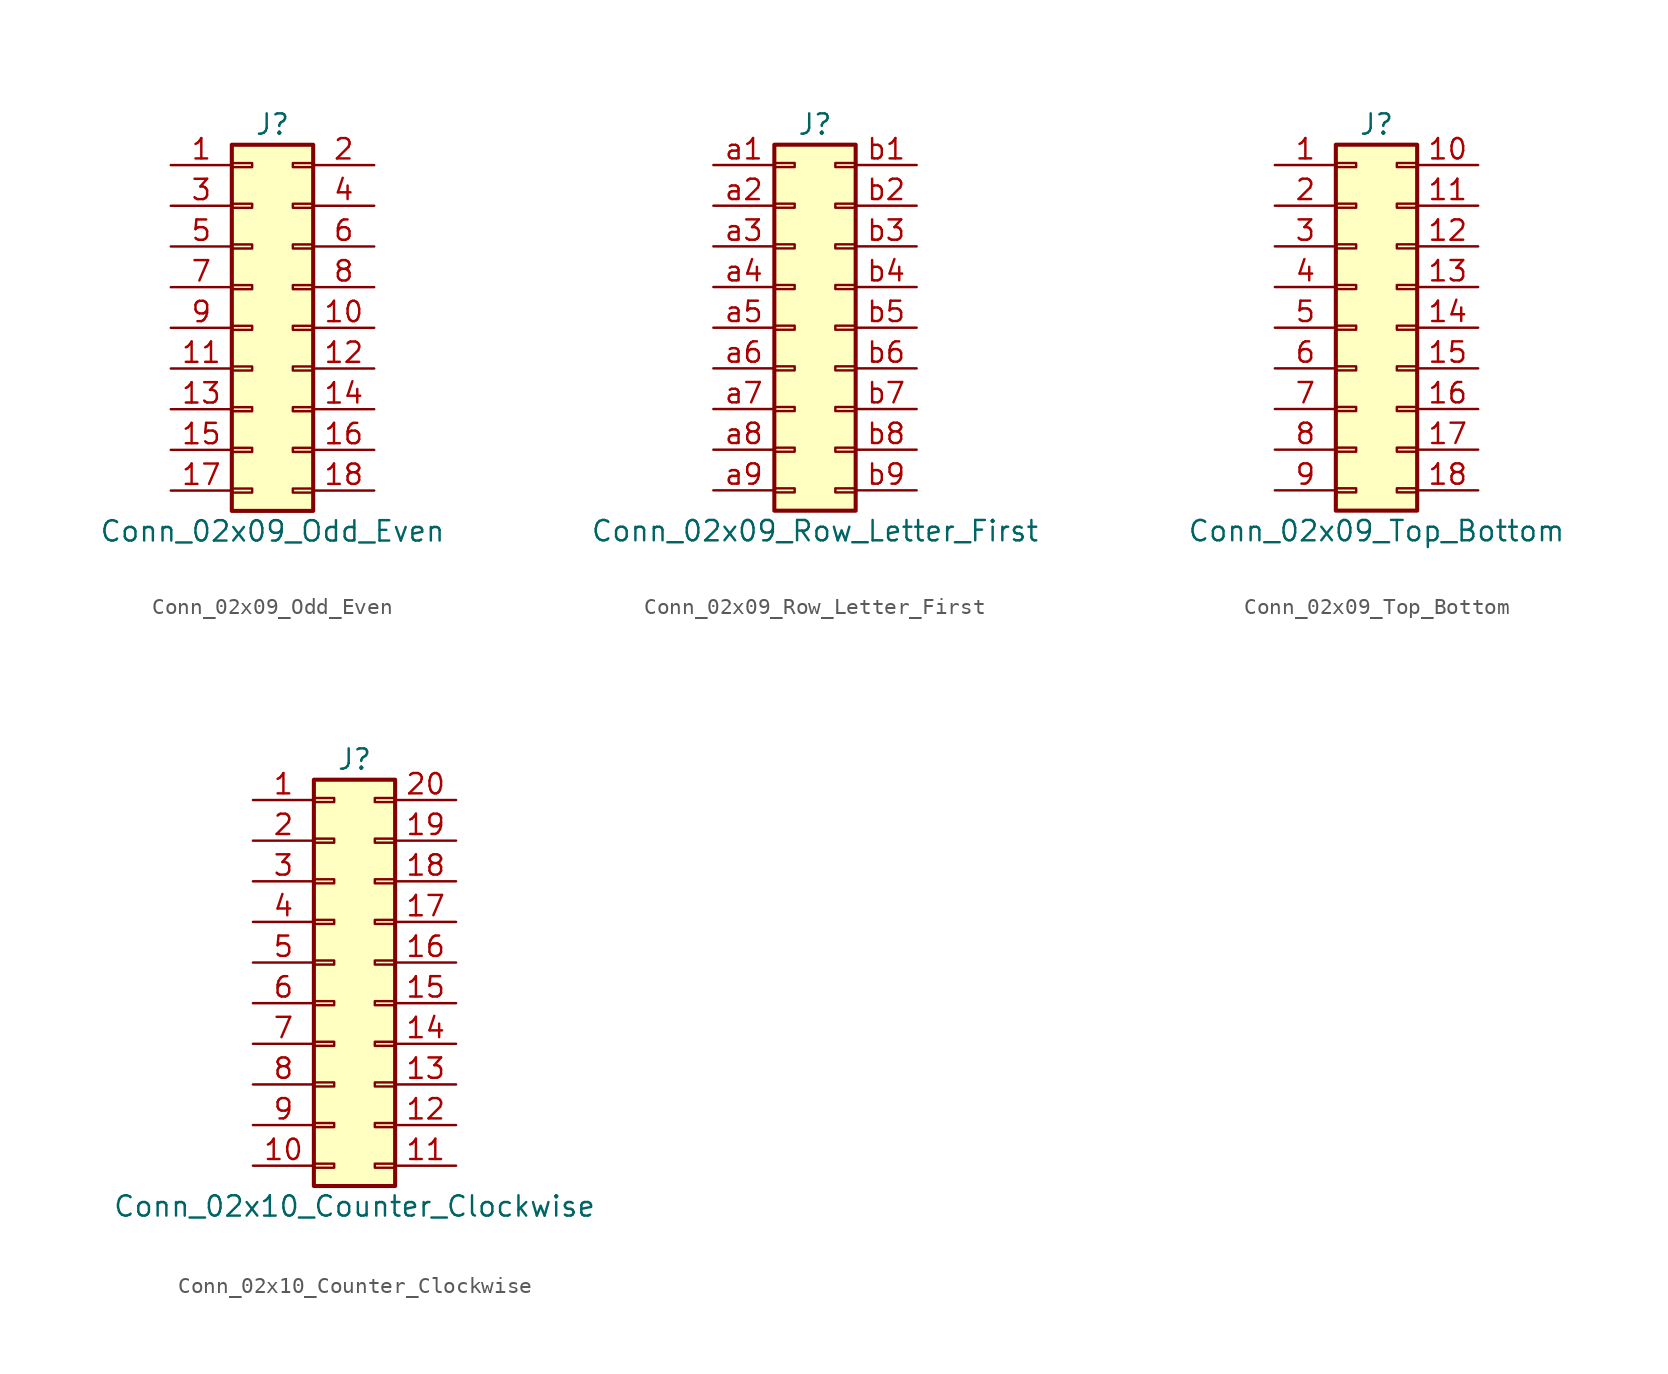
<source format=kicad_sym>
(kicad_symbol_lib
  (version 20201005)
  (generator kicad_symbol_editor)
  (symbol "Connector_Generic:Conn_02x09_Odd_Even"
    (pin_names
      (offset 1.016) hide)
    (property "Reference" "J"
      (at 1.27 12.7 0)
      (effects (font (size 1.27 1.27))))
    (property "Value" "Conn_02x09_Odd_Even"
      (at 1.27 -12.7 0)
      (effects (font (size 1.27 1.27))))
    (symbol "Conn_02x09_Odd_Even_1_1"
      (rectangle (start -1.27 -4.953) (end 0 -5.207) (stroke (width 0.152)) (fill (type none)))
      (rectangle (start -1.27 -7.493) (end 0 -7.747) (stroke (width 0.152)) (fill (type none)))
      (rectangle (start -1.27 -10.033) (end 0 -10.287) (stroke (width 0.152)) (fill (type none)))
      (rectangle (start -1.27 -2.413) (end 0 -2.667) (stroke (width 0.152)) (fill (type none)))
      (rectangle (start -1.27 2.667) (end 0 2.413) (stroke (width 0.152)) (fill (type none)))
      (rectangle (start -1.27 5.207) (end 0 4.953) (stroke (width 0.152)) (fill (type none)))
      (rectangle (start -1.27 7.747) (end 0 7.493) (stroke (width 0.152)) (fill (type none)))
      (rectangle (start -1.27 10.287) (end 0 10.033) (stroke (width 0.152)) (fill (type none)))
      (rectangle (start -1.27 11.43) (end 3.81 -11.43) (stroke (width 0.254)) (fill (type background)))
      (rectangle (start -1.27 0.127) (end 0 -0.127) (stroke (width 0.152)) (fill (type none)))
      (rectangle (start 3.81 -4.953) (end 2.54 -5.207) (stroke (width 0.152)) (fill (type none)))
      (rectangle (start 3.81 -7.493) (end 2.54 -7.747) (stroke (width 0.152)) (fill (type none)))
      (rectangle (start 3.81 -10.033) (end 2.54 -10.287) (stroke (width 0.152)) (fill (type none)))
      (rectangle (start 3.81 -2.413) (end 2.54 -2.667) (stroke (width 0.152)) (fill (type none)))
      (rectangle (start 3.81 2.667) (end 2.54 2.413) (stroke (width 0.152)) (fill (type none)))
      (rectangle (start 3.81 5.207) (end 2.54 4.953) (stroke (width 0.152)) (fill (type none)))
      (rectangle (start 3.81 7.747) (end 2.54 7.493) (stroke (width 0.152)) (fill (type none)))
      (rectangle (start 3.81 10.287) (end 2.54 10.033) (stroke (width 0.152)) (fill (type none)))
      (rectangle (start 3.81 0.127) (end 2.54 -0.127) (stroke (width 0.152)) (fill (type none)))
      (pin passive line (at -5.08 10.16 0) (length 3.81) (name "Pin_1" (effects (font (size 1.27 1.27)))) (number "1" (effects (font (size 1.27 1.27)))))
      (pin passive line (at 7.62 0 180) (length 3.81) (name "Pin_10" (effects (font (size 1.27 1.27)))) (number "10" (effects (font (size 1.27 1.27)))))
      (pin passive line (at -5.08 -2.54 0) (length 3.81) (name "Pin_11" (effects (font (size 1.27 1.27)))) (number "11" (effects (font (size 1.27 1.27)))))
      (pin passive line (at 7.62 -2.54 180) (length 3.81) (name "Pin_12" (effects (font (size 1.27 1.27)))) (number "12" (effects (font (size 1.27 1.27)))))
      (pin passive line (at -5.08 -5.08 0) (length 3.81) (name "Pin_13" (effects (font (size 1.27 1.27)))) (number "13" (effects (font (size 1.27 1.27)))))
      (pin passive line (at 7.62 -5.08 180) (length 3.81) (name "Pin_14" (effects (font (size 1.27 1.27)))) (number "14" (effects (font (size 1.27 1.27)))))
      (pin passive line (at -5.08 -7.62 0) (length 3.81) (name "Pin_15" (effects (font (size 1.27 1.27)))) (number "15" (effects (font (size 1.27 1.27)))))
      (pin passive line (at 7.62 -7.62 180) (length 3.81) (name "Pin_16" (effects (font (size 1.27 1.27)))) (number "16" (effects (font (size 1.27 1.27)))))
      (pin passive line (at -5.08 -10.16 0) (length 3.81) (name "Pin_17" (effects (font (size 1.27 1.27)))) (number "17" (effects (font (size 1.27 1.27)))))
      (pin passive line (at 7.62 -10.16 180) (length 3.81) (name "Pin_18" (effects (font (size 1.27 1.27)))) (number "18" (effects (font (size 1.27 1.27)))))
      (pin passive line (at 7.62 10.16 180) (length 3.81) (name "Pin_2" (effects (font (size 1.27 1.27)))) (number "2" (effects (font (size 1.27 1.27)))))
      (pin passive line (at -5.08 7.62 0) (length 3.81) (name "Pin_3" (effects (font (size 1.27 1.27)))) (number "3" (effects (font (size 1.27 1.27)))))
      (pin passive line (at 7.62 7.62 180) (length 3.81) (name "Pin_4" (effects (font (size 1.27 1.27)))) (number "4" (effects (font (size 1.27 1.27)))))
      (pin passive line (at -5.08 5.08 0) (length 3.81) (name "Pin_5" (effects (font (size 1.27 1.27)))) (number "5" (effects (font (size 1.27 1.27)))))
      (pin passive line (at 7.62 5.08 180) (length 3.81) (name "Pin_6" (effects (font (size 1.27 1.27)))) (number "6" (effects (font (size 1.27 1.27)))))
      (pin passive line (at -5.08 2.54 0) (length 3.81) (name "Pin_7" (effects (font (size 1.27 1.27)))) (number "7" (effects (font (size 1.27 1.27)))))
      (pin passive line (at 7.62 2.54 180) (length 3.81) (name "Pin_8" (effects (font (size 1.27 1.27)))) (number "8" (effects (font (size 1.27 1.27)))))
      (pin passive line (at -5.08 0 0) (length 3.81) (name "Pin_9" (effects (font (size 1.27 1.27)))) (number "9" (effects (font (size 1.27 1.27)))))))
  (symbol "Connector_Generic:Conn_02x09_Row_Letter_First"
    (pin_names
      (offset 1.016) hide)
    (property "Reference" "J"
      (at 1.27 12.7 0)
      (effects (font (size 1.27 1.27))))
    (property "Value" "Conn_02x09_Row_Letter_First"
      (at 1.27 -12.7 0)
      (effects (font (size 1.27 1.27))))
    (symbol "Conn_02x09_Row_Letter_First_1_1"
      (rectangle (start -1.27 -4.953) (end 0 -5.207) (stroke (width 0.152)) (fill (type none)))
      (rectangle (start -1.27 -7.493) (end 0 -7.747) (stroke (width 0.152)) (fill (type none)))
      (rectangle (start -1.27 -10.033) (end 0 -10.287) (stroke (width 0.152)) (fill (type none)))
      (rectangle (start -1.27 -2.413) (end 0 -2.667) (stroke (width 0.152)) (fill (type none)))
      (rectangle (start -1.27 2.667) (end 0 2.413) (stroke (width 0.152)) (fill (type none)))
      (rectangle (start -1.27 5.207) (end 0 4.953) (stroke (width 0.152)) (fill (type none)))
      (rectangle (start -1.27 7.747) (end 0 7.493) (stroke (width 0.152)) (fill (type none)))
      (rectangle (start -1.27 10.287) (end 0 10.033) (stroke (width 0.152)) (fill (type none)))
      (rectangle (start -1.27 11.43) (end 3.81 -11.43) (stroke (width 0.254)) (fill (type background)))
      (rectangle (start -1.27 0.127) (end 0 -0.127) (stroke (width 0.152)) (fill (type none)))
      (rectangle (start 3.81 -4.953) (end 2.54 -5.207) (stroke (width 0.152)) (fill (type none)))
      (rectangle (start 3.81 -7.493) (end 2.54 -7.747) (stroke (width 0.152)) (fill (type none)))
      (rectangle (start 3.81 -10.033) (end 2.54 -10.287) (stroke (width 0.152)) (fill (type none)))
      (rectangle (start 3.81 -2.413) (end 2.54 -2.667) (stroke (width 0.152)) (fill (type none)))
      (rectangle (start 3.81 2.667) (end 2.54 2.413) (stroke (width 0.152)) (fill (type none)))
      (rectangle (start 3.81 5.207) (end 2.54 4.953) (stroke (width 0.152)) (fill (type none)))
      (rectangle (start 3.81 7.747) (end 2.54 7.493) (stroke (width 0.152)) (fill (type none)))
      (rectangle (start 3.81 10.287) (end 2.54 10.033) (stroke (width 0.152)) (fill (type none)))
      (rectangle (start 3.81 0.127) (end 2.54 -0.127) (stroke (width 0.152)) (fill (type none)))
      (pin passive line (at -5.08 10.16 0) (length 3.81) (name "Pin_a1" (effects (font (size 1.27 1.27)))) (number "a1" (effects (font (size 1.27 1.27)))))
      (pin passive line (at -5.08 7.62 0) (length 3.81) (name "Pin_a2" (effects (font (size 1.27 1.27)))) (number "a2" (effects (font (size 1.27 1.27)))))
      (pin passive line (at -5.08 5.08 0) (length 3.81) (name "Pin_a3" (effects (font (size 1.27 1.27)))) (number "a3" (effects (font (size 1.27 1.27)))))
      (pin passive line (at -5.08 2.54 0) (length 3.81) (name "Pin_a4" (effects (font (size 1.27 1.27)))) (number "a4" (effects (font (size 1.27 1.27)))))
      (pin passive line (at -5.08 0 0) (length 3.81) (name "Pin_a5" (effects (font (size 1.27 1.27)))) (number "a5" (effects (font (size 1.27 1.27)))))
      (pin passive line (at -5.08 -2.54 0) (length 3.81) (name "Pin_a6" (effects (font (size 1.27 1.27)))) (number "a6" (effects (font (size 1.27 1.27)))))
      (pin passive line (at -5.08 -5.08 0) (length 3.81) (name "Pin_a7" (effects (font (size 1.27 1.27)))) (number "a7" (effects (font (size 1.27 1.27)))))
      (pin passive line (at -5.08 -7.62 0) (length 3.81) (name "Pin_a8" (effects (font (size 1.27 1.27)))) (number "a8" (effects (font (size 1.27 1.27)))))
      (pin passive line (at -5.08 -10.16 0) (length 3.81) (name "Pin_a9" (effects (font (size 1.27 1.27)))) (number "a9" (effects (font (size 1.27 1.27)))))
      (pin passive line (at 7.62 10.16 180) (length 3.81) (name "Pin_b1" (effects (font (size 1.27 1.27)))) (number "b1" (effects (font (size 1.27 1.27)))))
      (pin passive line (at 7.62 7.62 180) (length 3.81) (name "Pin_b2" (effects (font (size 1.27 1.27)))) (number "b2" (effects (font (size 1.27 1.27)))))
      (pin passive line (at 7.62 5.08 180) (length 3.81) (name "Pin_b3" (effects (font (size 1.27 1.27)))) (number "b3" (effects (font (size 1.27 1.27)))))
      (pin passive line (at 7.62 2.54 180) (length 3.81) (name "Pin_b4" (effects (font (size 1.27 1.27)))) (number "b4" (effects (font (size 1.27 1.27)))))
      (pin passive line (at 7.62 0 180) (length 3.81) (name "Pin_b5" (effects (font (size 1.27 1.27)))) (number "b5" (effects (font (size 1.27 1.27)))))
      (pin passive line (at 7.62 -2.54 180) (length 3.81) (name "Pin_b6" (effects (font (size 1.27 1.27)))) (number "b6" (effects (font (size 1.27 1.27)))))
      (pin passive line (at 7.62 -5.08 180) (length 3.81) (name "Pin_b7" (effects (font (size 1.27 1.27)))) (number "b7" (effects (font (size 1.27 1.27)))))
      (pin passive line (at 7.62 -7.62 180) (length 3.81) (name "Pin_b8" (effects (font (size 1.27 1.27)))) (number "b8" (effects (font (size 1.27 1.27)))))
      (pin passive line (at 7.62 -10.16 180) (length 3.81) (name "Pin_b9" (effects (font (size 1.27 1.27)))) (number "b9" (effects (font (size 1.27 1.27)))))))
  (symbol "Connector_Generic:Conn_02x09_Top_Bottom"
    (pin_names
      (offset 1.016) hide)
    (property "Reference" "J"
      (at 1.27 12.7 0)
      (effects (font (size 1.27 1.27))))
    (property "Value" "Conn_02x09_Top_Bottom"
      (at 1.27 -12.7 0)
      (effects (font (size 1.27 1.27))))
    (symbol "Conn_02x09_Top_Bottom_1_1"
      (rectangle (start -1.27 -4.953) (end 0 -5.207) (stroke (width 0.152)) (fill (type none)))
      (rectangle (start -1.27 -7.493) (end 0 -7.747) (stroke (width 0.152)) (fill (type none)))
      (rectangle (start -1.27 -10.033) (end 0 -10.287) (stroke (width 0.152)) (fill (type none)))
      (rectangle (start -1.27 -2.413) (end 0 -2.667) (stroke (width 0.152)) (fill (type none)))
      (rectangle (start -1.27 2.667) (end 0 2.413) (stroke (width 0.152)) (fill (type none)))
      (rectangle (start -1.27 5.207) (end 0 4.953) (stroke (width 0.152)) (fill (type none)))
      (rectangle (start -1.27 7.747) (end 0 7.493) (stroke (width 0.152)) (fill (type none)))
      (rectangle (start -1.27 10.287) (end 0 10.033) (stroke (width 0.152)) (fill (type none)))
      (rectangle (start -1.27 11.43) (end 3.81 -11.43) (stroke (width 0.254)) (fill (type background)))
      (rectangle (start -1.27 0.127) (end 0 -0.127) (stroke (width 0.152)) (fill (type none)))
      (rectangle (start 3.81 -4.953) (end 2.54 -5.207) (stroke (width 0.152)) (fill (type none)))
      (rectangle (start 3.81 -7.493) (end 2.54 -7.747) (stroke (width 0.152)) (fill (type none)))
      (rectangle (start 3.81 -10.033) (end 2.54 -10.287) (stroke (width 0.152)) (fill (type none)))
      (rectangle (start 3.81 -2.413) (end 2.54 -2.667) (stroke (width 0.152)) (fill (type none)))
      (rectangle (start 3.81 2.667) (end 2.54 2.413) (stroke (width 0.152)) (fill (type none)))
      (rectangle (start 3.81 5.207) (end 2.54 4.953) (stroke (width 0.152)) (fill (type none)))
      (rectangle (start 3.81 7.747) (end 2.54 7.493) (stroke (width 0.152)) (fill (type none)))
      (rectangle (start 3.81 10.287) (end 2.54 10.033) (stroke (width 0.152)) (fill (type none)))
      (rectangle (start 3.81 0.127) (end 2.54 -0.127) (stroke (width 0.152)) (fill (type none)))
      (pin passive line (at -5.08 10.16 0) (length 3.81) (name "Pin_1" (effects (font (size 1.27 1.27)))) (number "1" (effects (font (size 1.27 1.27)))))
      (pin passive line (at 7.62 10.16 180) (length 3.81) (name "Pin_10" (effects (font (size 1.27 1.27)))) (number "10" (effects (font (size 1.27 1.27)))))
      (pin passive line (at 7.62 7.62 180) (length 3.81) (name "Pin_11" (effects (font (size 1.27 1.27)))) (number "11" (effects (font (size 1.27 1.27)))))
      (pin passive line (at 7.62 5.08 180) (length 3.81) (name "Pin_12" (effects (font (size 1.27 1.27)))) (number "12" (effects (font (size 1.27 1.27)))))
      (pin passive line (at 7.62 2.54 180) (length 3.81) (name "Pin_13" (effects (font (size 1.27 1.27)))) (number "13" (effects (font (size 1.27 1.27)))))
      (pin passive line (at 7.62 0 180) (length 3.81) (name "Pin_14" (effects (font (size 1.27 1.27)))) (number "14" (effects (font (size 1.27 1.27)))))
      (pin passive line (at 7.62 -2.54 180) (length 3.81) (name "Pin_15" (effects (font (size 1.27 1.27)))) (number "15" (effects (font (size 1.27 1.27)))))
      (pin passive line (at 7.62 -5.08 180) (length 3.81) (name "Pin_16" (effects (font (size 1.27 1.27)))) (number "16" (effects (font (size 1.27 1.27)))))
      (pin passive line (at 7.62 -7.62 180) (length 3.81) (name "Pin_17" (effects (font (size 1.27 1.27)))) (number "17" (effects (font (size 1.27 1.27)))))
      (pin passive line (at 7.62 -10.16 180) (length 3.81) (name "Pin_18" (effects (font (size 1.27 1.27)))) (number "18" (effects (font (size 1.27 1.27)))))
      (pin passive line (at -5.08 7.62 0) (length 3.81) (name "Pin_2" (effects (font (size 1.27 1.27)))) (number "2" (effects (font (size 1.27 1.27)))))
      (pin passive line (at -5.08 5.08 0) (length 3.81) (name "Pin_3" (effects (font (size 1.27 1.27)))) (number "3" (effects (font (size 1.27 1.27)))))
      (pin passive line (at -5.08 2.54 0) (length 3.81) (name "Pin_4" (effects (font (size 1.27 1.27)))) (number "4" (effects (font (size 1.27 1.27)))))
      (pin passive line (at -5.08 0 0) (length 3.81) (name "Pin_5" (effects (font (size 1.27 1.27)))) (number "5" (effects (font (size 1.27 1.27)))))
      (pin passive line (at -5.08 -2.54 0) (length 3.81) (name "Pin_6" (effects (font (size 1.27 1.27)))) (number "6" (effects (font (size 1.27 1.27)))))
      (pin passive line (at -5.08 -5.08 0) (length 3.81) (name "Pin_7" (effects (font (size 1.27 1.27)))) (number "7" (effects (font (size 1.27 1.27)))))
      (pin passive line (at -5.08 -7.62 0) (length 3.81) (name "Pin_8" (effects (font (size 1.27 1.27)))) (number "8" (effects (font (size 1.27 1.27)))))
      (pin passive line (at -5.08 -10.16 0) (length 3.81) (name "Pin_9" (effects (font (size 1.27 1.27)))) (number "9" (effects (font (size 1.27 1.27)))))))
  (symbol "Connector_Generic:Conn_02x10_Counter_Clockwise"
    (pin_names
      (offset 1.016) hide)
    (property "Reference" "J"
      (at 1.27 12.7 0)
      (effects (font (size 1.27 1.27))))
    (property "Value" "Conn_02x10_Counter_Clockwise"
      (at 1.27 -15.24 0)
      (effects (font (size 1.27 1.27))))
    (symbol "Conn_02x10_Counter_Clockwise_1_1"
      (rectangle (start -1.27 -4.953) (end 0 -5.207) (stroke (width 0.152)) (fill (type none)))
      (rectangle (start -1.27 -7.493) (end 0 -7.747) (stroke (width 0.152)) (fill (type none)))
      (rectangle (start -1.27 -10.033) (end 0 -10.287) (stroke (width 0.152)) (fill (type none)))
      (rectangle (start -1.27 -12.573) (end 0 -12.827) (stroke (width 0.152)) (fill (type none)))
      (rectangle (start -1.27 -2.413) (end 0 -2.667) (stroke (width 0.152)) (fill (type none)))
      (rectangle (start -1.27 2.667) (end 0 2.413) (stroke (width 0.152)) (fill (type none)))
      (rectangle (start -1.27 5.207) (end 0 4.953) (stroke (width 0.152)) (fill (type none)))
      (rectangle (start -1.27 7.747) (end 0 7.493) (stroke (width 0.152)) (fill (type none)))
      (rectangle (start -1.27 10.287) (end 0 10.033) (stroke (width 0.152)) (fill (type none)))
      (rectangle (start -1.27 11.43) (end 3.81 -13.97) (stroke (width 0.254)) (fill (type background)))
      (rectangle (start -1.27 0.127) (end 0 -0.127) (stroke (width 0.152)) (fill (type none)))
      (rectangle (start 3.81 -4.953) (end 2.54 -5.207) (stroke (width 0.152)) (fill (type none)))
      (rectangle (start 3.81 -7.493) (end 2.54 -7.747) (stroke (width 0.152)) (fill (type none)))
      (rectangle (start 3.81 -10.033) (end 2.54 -10.287) (stroke (width 0.152)) (fill (type none)))
      (rectangle (start 3.81 -12.573) (end 2.54 -12.827) (stroke (width 0.152)) (fill (type none)))
      (rectangle (start 3.81 -2.413) (end 2.54 -2.667) (stroke (width 0.152)) (fill (type none)))
      (rectangle (start 3.81 2.667) (end 2.54 2.413) (stroke (width 0.152)) (fill (type none)))
      (rectangle (start 3.81 5.207) (end 2.54 4.953) (stroke (width 0.152)) (fill (type none)))
      (rectangle (start 3.81 7.747) (end 2.54 7.493) (stroke (width 0.152)) (fill (type none)))
      (rectangle (start 3.81 10.287) (end 2.54 10.033) (stroke (width 0.152)) (fill (type none)))
      (rectangle (start 3.81 0.127) (end 2.54 -0.127) (stroke (width 0.152)) (fill (type none)))
      (pin passive line (at -5.08 10.16 0) (length 3.81) (name "Pin_1" (effects (font (size 1.27 1.27)))) (number "1" (effects (font (size 1.27 1.27)))))
      (pin passive line (at -5.08 -12.7 0) (length 3.81) (name "Pin_10" (effects (font (size 1.27 1.27)))) (number "10" (effects (font (size 1.27 1.27)))))
      (pin passive line (at 7.62 -12.7 180) (length 3.81) (name "Pin_11" (effects (font (size 1.27 1.27)))) (number "11" (effects (font (size 1.27 1.27)))))
      (pin passive line (at 7.62 -10.16 180) (length 3.81) (name "Pin_12" (effects (font (size 1.27 1.27)))) (number "12" (effects (font (size 1.27 1.27)))))
      (pin passive line (at 7.62 -7.62 180) (length 3.81) (name "Pin_13" (effects (font (size 1.27 1.27)))) (number "13" (effects (font (size 1.27 1.27)))))
      (pin passive line (at 7.62 -5.08 180) (length 3.81) (name "Pin_14" (effects (font (size 1.27 1.27)))) (number "14" (effects (font (size 1.27 1.27)))))
      (pin passive line (at 7.62 -2.54 180) (length 3.81) (name "Pin_15" (effects (font (size 1.27 1.27)))) (number "15" (effects (font (size 1.27 1.27)))))
      (pin passive line (at 7.62 0 180) (length 3.81) (name "Pin_16" (effects (font (size 1.27 1.27)))) (number "16" (effects (font (size 1.27 1.27)))))
      (pin passive line (at 7.62 2.54 180) (length 3.81) (name "Pin_17" (effects (font (size 1.27 1.27)))) (number "17" (effects (font (size 1.27 1.27)))))
      (pin passive line (at 7.62 5.08 180) (length 3.81) (name "Pin_18" (effects (font (size 1.27 1.27)))) (number "18" (effects (font (size 1.27 1.27)))))
      (pin passive line (at 7.62 7.62 180) (length 3.81) (name "Pin_19" (effects (font (size 1.27 1.27)))) (number "19" (effects (font (size 1.27 1.27)))))
      (pin passive line (at -5.08 7.62 0) (length 3.81) (name "Pin_2" (effects (font (size 1.27 1.27)))) (number "2" (effects (font (size 1.27 1.27)))))
      (pin passive line (at 7.62 10.16 180) (length 3.81) (name "Pin_20" (effects (font (size 1.27 1.27)))) (number "20" (effects (font (size 1.27 1.27)))))
      (pin passive line (at -5.08 5.08 0) (length 3.81) (name "Pin_3" (effects (font (size 1.27 1.27)))) (number "3" (effects (font (size 1.27 1.27)))))
      (pin passive line (at -5.08 2.54 0) (length 3.81) (name "Pin_4" (effects (font (size 1.27 1.27)))) (number "4" (effects (font (size 1.27 1.27)))))
      (pin passive line (at -5.08 0 0) (length 3.81) (name "Pin_5" (effects (font (size 1.27 1.27)))) (number "5" (effects (font (size 1.27 1.27)))))
      (pin passive line (at -5.08 -2.54 0) (length 3.81) (name "Pin_6" (effects (font (size 1.27 1.27)))) (number "6" (effects (font (size 1.27 1.27)))))
      (pin passive line (at -5.08 -5.08 0) (length 3.81) (name "Pin_7" (effects (font (size 1.27 1.27)))) (number "7" (effects (font (size 1.27 1.27)))))
      (pin passive line (at -5.08 -7.62 0) (length 3.81) (name "Pin_8" (effects (font (size 1.27 1.27)))) (number "8" (effects (font (size 1.27 1.27)))))
      (pin passive line (at -5.08 -10.16 0) (length 3.81) (name "Pin_9" (effects (font (size 1.27 1.27)))) (number "9" (effects (font (size 1.27 1.27))))))))
</source>
